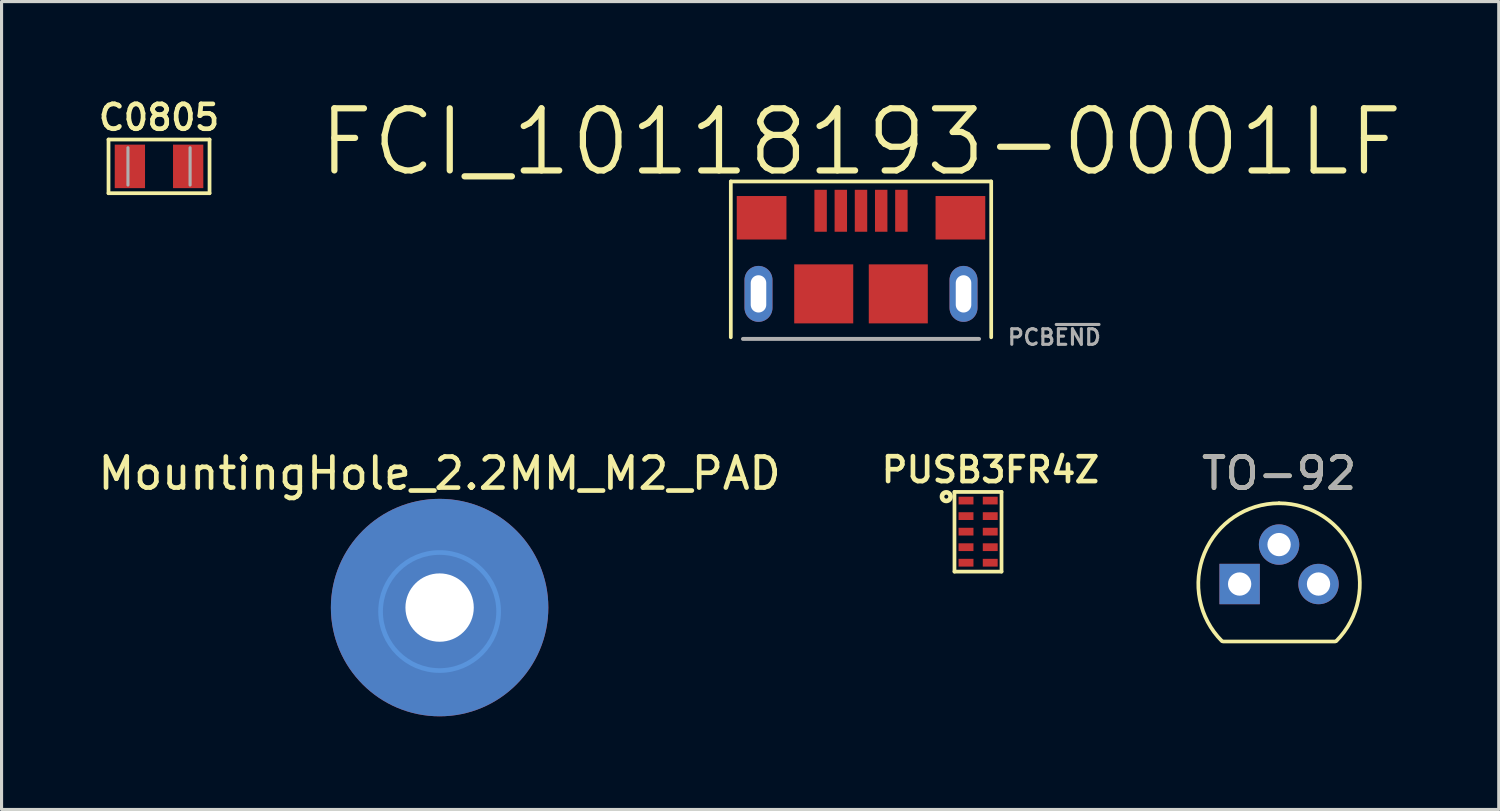
<source format=kicad_pcb>
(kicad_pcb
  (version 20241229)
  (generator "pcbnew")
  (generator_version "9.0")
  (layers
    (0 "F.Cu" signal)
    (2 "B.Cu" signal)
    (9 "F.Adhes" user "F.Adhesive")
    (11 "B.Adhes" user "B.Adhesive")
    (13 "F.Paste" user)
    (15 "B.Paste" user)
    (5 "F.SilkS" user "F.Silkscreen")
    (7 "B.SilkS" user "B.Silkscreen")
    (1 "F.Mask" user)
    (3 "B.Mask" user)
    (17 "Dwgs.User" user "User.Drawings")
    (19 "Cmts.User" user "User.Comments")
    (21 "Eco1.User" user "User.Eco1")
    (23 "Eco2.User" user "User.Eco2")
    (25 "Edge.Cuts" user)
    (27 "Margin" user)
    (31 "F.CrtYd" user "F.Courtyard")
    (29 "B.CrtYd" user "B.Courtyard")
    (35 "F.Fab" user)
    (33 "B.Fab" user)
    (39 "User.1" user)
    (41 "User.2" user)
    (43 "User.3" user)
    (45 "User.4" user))
  (footprint "MountingHole_2.2MM_M2_PAD"
    (layer "F.Cu")
    (at 11.101 16.508)
    (property "Reference" "MountingHole_2.2MM_M2_PAD" (at 0 -4.318 0) (layer "F.SilkS") (effects (font (size 1 1) (thickness 0.15))))
    (attr through_hole)
    (fp_circle (center 0 0.127) (end 1.9 0.127) (stroke (width 0.15) (type solid)) (fill no) (layer "Cmts.User"))
    (pad "1" thru_hole circle (at 0 0) (size 7 7) (drill 2.2) (layers "*.Cu" "*.Mask")))
  (footprint "PUSB3FR4Z"
    (layer "F.Cu")
    (at 28.427 13.953)
    (property "Reference" "PUSB3FR4Z" (at 0.406 -1.88 0) (layer "F.SilkS") (effects (font (size 0.8 0.8) (thickness 0.15))))
    (attr through_hole)
    (fp_line (start -0.752 -1.168) (end -0.752 1.397) (stroke (width 0.12) (type solid)) (layer "F.SilkS"))
    (fp_line (start 0.762 -1.168) (end -0.752 -1.168) (stroke (width 0.12) (type solid)) (layer "F.SilkS"))
    (fp_line (start 0.762 -1.168) (end 0.762 1.397) (stroke (width 0.12) (type solid)) (layer "F.SilkS"))
    (fp_line (start 0.762 1.397) (end -0.752 1.397) (stroke (width 0.12) (type solid)) (layer "F.SilkS"))
    (fp_circle (center -1.016 -1.016) (end -1.016 -0.953) (stroke (width 0.15) (type solid)) (fill no) (layer "F.SilkS"))
    (pad "1" smd rect (at -0.381 -0.889 270) (size 0.25 0.48) (layers "F.Cu" "F.Mask" "F.Paste"))
    (pad "2" smd rect (at -0.381 -0.389 270) (size 0.25 0.48) (layers "F.Cu" "F.Mask" "F.Paste"))
    (pad "3" smd rect (at -0.381 0.111 270) (size 0.25 0.48) (layers "F.Cu" "F.Mask" "F.Paste"))
    (pad "4" smd rect (at -0.381 0.611 270) (size 0.25 0.48) (layers "F.Cu" "F.Mask" "F.Paste"))
    (pad "5" smd rect (at -0.381 1.111 270) (size 0.25 0.48) (layers "F.Cu" "F.Mask" "F.Paste"))
    (pad "6" smd rect (at 0.399 1.111 270) (size 0.25 0.48) (layers "F.Cu" "F.Mask" "F.Paste"))
    (pad "7" smd rect (at 0.399 0.611 270) (size 0.25 0.48) (layers "F.Cu" "F.Mask" "F.Paste"))
    (pad "8" smd rect (at 0.399 0.111 270) (size 0.25 0.48) (layers "F.Cu" "F.Mask" "F.Paste"))
    (pad "9" smd rect (at 0.399 -0.389 270) (size 0.25 0.48) (layers "F.Cu" "F.Mask" "F.Paste"))
    (pad "10" smd rect (at 0.399 -0.889 270) (size 0.25 0.48) (layers "F.Cu" "F.Mask" "F.Paste")))
  (footprint "C0805"
    (layer "F.Cu")
    (at 2.069 2.306)
    (property "Reference" "C0805" (at 0 -1.575 0) (layer "F.SilkS") (effects (font (size 0.8 0.8) (thickness 0.15))))
    (attr smd)
    (fp_line (start -1.626 -0.864) (end 1.626 -0.864) (stroke (width 0.12) (type solid)) (layer "F.SilkS"))
    (fp_line (start -1.626 0.864) (end -1.626 -0.864) (stroke (width 0.12) (type solid)) (layer "F.SilkS"))
    (fp_line (start 1.626 -0.864) (end 1.626 0.864) (stroke (width 0.12) (type solid)) (layer "F.SilkS"))
    (fp_line (start 1.626 0.864) (end -1.626 0.864) (stroke (width 0.12) (type solid)) (layer "F.SilkS"))
    (fp_line (start -1 0.6) (end -1 -0.6) (stroke (width 0.1) (type solid)) (layer "F.Fab"))
    (fp_line (start 1 -0.6) (end 1 0.6) (stroke (width 0.1) (type solid)) (layer "F.Fab"))
    (pad "1" smd rect (at -0.938 0) (size 0.975 1.4) (layers "F.Cu" "F.Mask" "F.Paste"))
    (pad "2" smd rect (at 0.938 0) (size 0.975 1.4) (layers "F.Cu" "F.Mask" "F.Paste")))
  (footprint "FCI_10118193-0001LF"
    (layer "F.Cu")
    (at 24.666 6.41)
    (property "Reference" "FCI_10118193-0001LF" (at 0 -4.889 0) (layer "F.SilkS") (effects (font (size 2 2) (thickness 0.2))))
    (attr through_hole)
    (fp_line (start -4.191 -3.619) (end -4.191 1.397) (stroke (width 0.12) (type solid)) (layer "F.SilkS"))
    (fp_line (start -4.191 -3.619) (end 4.191 -3.619) (stroke (width 0.12) (type solid)) (layer "F.SilkS"))
    (fp_line (start 4.191 -3.619) (end 4.191 1.397) (stroke (width 0.12) (type solid)) (layer "F.SilkS"))
    (fp_line (start -3.8 1.45) (end 3.8 1.45) (stroke (width 0.127) (type solid)) (layer "F.Fab"))
    (fp_text user "PCB~{END}" (at 6.223 1.397 0) (layer "F.Fab") (effects (font (size 0.5 0.5) (thickness 0.1))))
    (pad "1" smd rect (at -1.3 -2.675) (size 0.4 1.35) (layers "F.Cu" "F.Mask" "F.Paste"))
    (pad "2" smd rect (at -0.65 -2.675) (size 0.4 1.35) (layers "F.Cu" "F.Mask" "F.Paste"))
    (pad "3" smd rect (at 0 -2.675) (size 0.4 1.35) (layers "F.Cu" "F.Mask" "F.Paste"))
    (pad "4" smd rect (at 0.65 -2.675) (size 0.4 1.35) (layers "F.Cu" "F.Mask" "F.Paste"))
    (pad "5" smd rect (at 1.3 -2.675) (size 0.4 1.35) (layers "F.Cu" "F.Mask" "F.Paste"))
    (pad "S1" smd rect (at -3.2 -2.45) (size 1.6 1.4) (layers "F.Cu" "F.Mask" "F.Paste"))
    (pad "S2" smd rect (at 3.2 -2.45) (size 1.6 1.4) (layers "F.Cu" "F.Mask" "F.Paste"))
    (pad "S3" smd rect (at 1.2 0) (size 1.9 1.9) (layers "F.Cu" "F.Mask" "F.Paste"))
    (pad "S4" smd rect (at -1.2 0) (size 1.9 1.9) (layers "F.Cu" "F.Mask" "F.Paste"))
    (pad "S5" thru_hole oval (at -3.3 0) (size 0.9 1.8) (drill oval 0.5 1.2) (layers "*.Cu" "*.Mask"))
    (pad "S6" thru_hole oval (at 3.3 0) (size 0.9 1.8) (drill oval 0.5 1.2) (layers "*.Cu" "*.Mask")))
  (footprint "TO-92"
    (layer "F.Cu")
    (at 38.124 15.75)
    (property "Reference" "TO-92" (at 0 -3.56 0) (layer "F.SilkS") (effects (font (size 1 1) (thickness 0.15))))
    (attr through_hole)
    (fp_line (start -1.8 1.85) (end 1.8 1.85) (stroke (width 0.12) (type solid)) (layer "F.SilkS"))
    (fp_arc (start -1.838478 1.838478) (mid -2.402087 -0.994977) (end 0 -2.6) (stroke (width 0.12) (type solid)) (layer "F.SilkS"))
    (fp_arc (start 0 -2.6) (mid 2.402087 -0.994977) (end 1.838478 1.838478) (stroke (width 0.12) (type solid)) (layer "F.SilkS"))
    (fp_text user "${REFERENCE}" (at 0 -3.56 0) (layer "F.Fab") (effects (font (size 1 1) (thickness 0.15))))
    (pad "1" thru_hole rect (at -1.27 0 90) (size 1.3 1.3) (drill 0.75) (layers "*.Cu" "*.Mask"))
    (pad "2" thru_hole circle (at 0 -1.27 90) (size 1.3 1.3) (drill 0.75) (layers "*.Cu" "*.Mask"))
    (pad "3" thru_hole circle (at 1.27 0 90) (size 1.3 1.3) (drill 0.75) (layers "*.Cu" "*.Mask")))
  (gr_rect
    (start -3 -3)
    (end 45.195 23.008)
    (stroke (width 0.1) (type default))
    (fill no)
    (layer "Edge.Cuts")))
</source>
